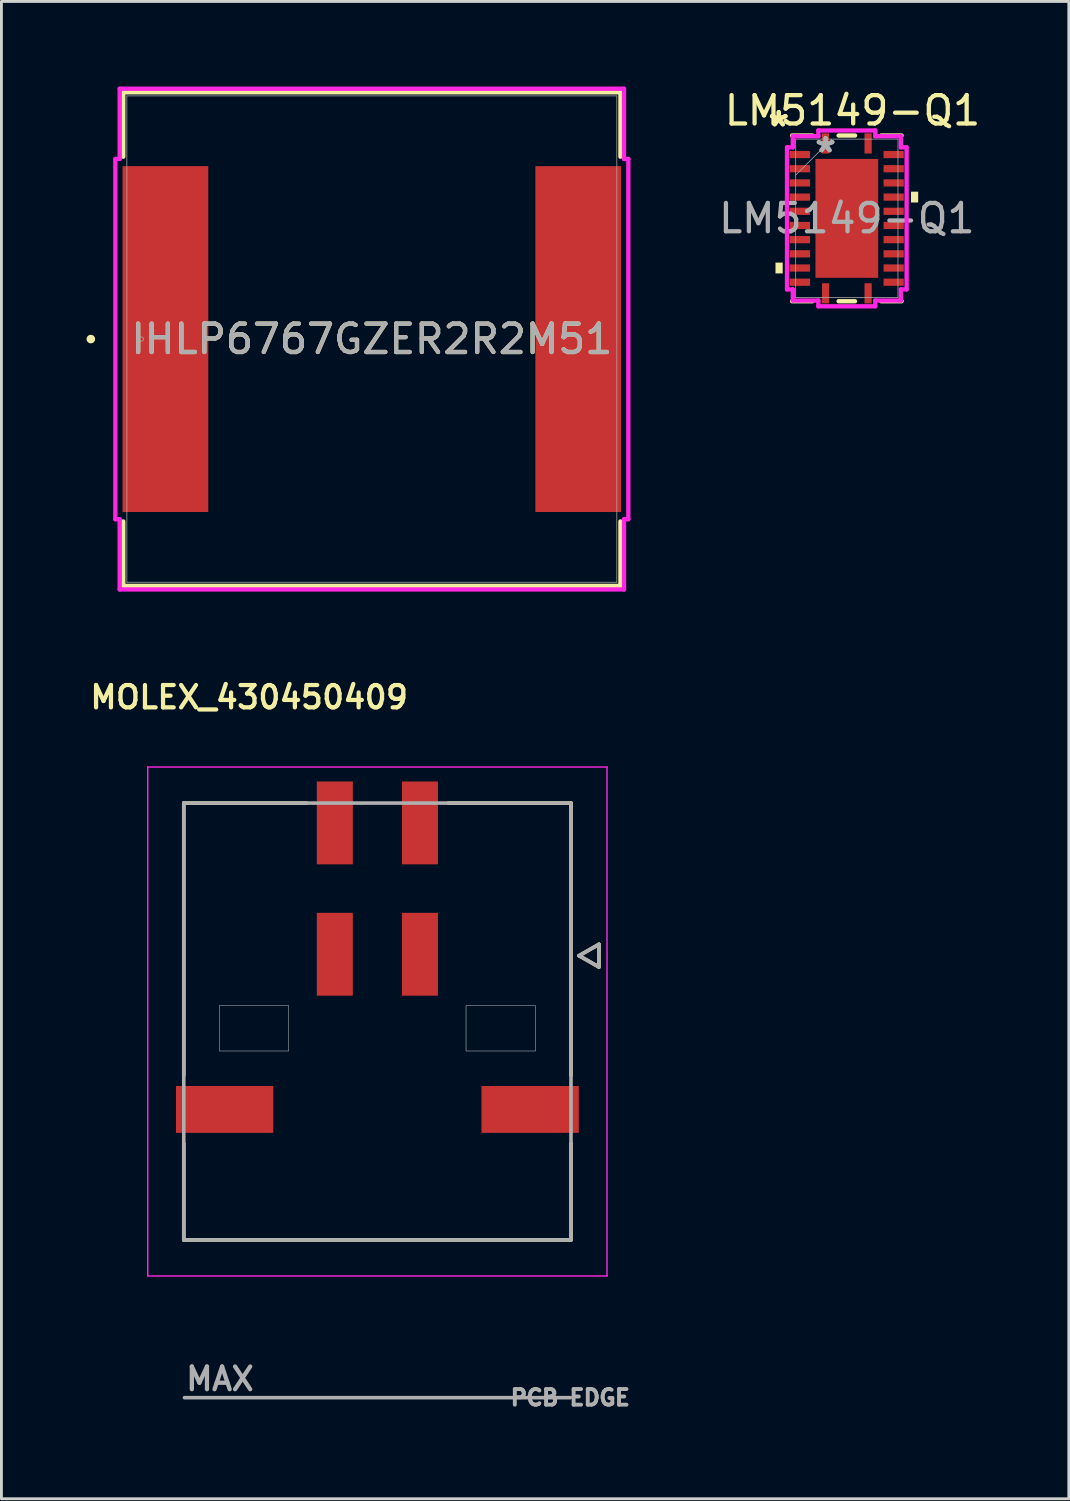
<source format=kicad_pcb>
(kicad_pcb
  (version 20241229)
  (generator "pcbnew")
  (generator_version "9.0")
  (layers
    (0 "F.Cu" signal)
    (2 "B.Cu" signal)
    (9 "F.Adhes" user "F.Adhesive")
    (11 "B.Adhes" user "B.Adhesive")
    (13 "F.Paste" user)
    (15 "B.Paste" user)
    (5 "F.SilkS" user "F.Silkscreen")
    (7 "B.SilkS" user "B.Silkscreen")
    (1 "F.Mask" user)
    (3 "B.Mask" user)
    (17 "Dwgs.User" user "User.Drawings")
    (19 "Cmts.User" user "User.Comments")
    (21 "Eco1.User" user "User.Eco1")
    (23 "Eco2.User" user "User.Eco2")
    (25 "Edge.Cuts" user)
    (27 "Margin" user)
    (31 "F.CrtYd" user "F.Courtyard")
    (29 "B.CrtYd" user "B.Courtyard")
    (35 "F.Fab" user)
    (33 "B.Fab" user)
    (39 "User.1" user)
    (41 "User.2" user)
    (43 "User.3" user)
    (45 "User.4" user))
  (footprint "MOLEX_430450409"
    (layer "F.Cu")
    (at 10.253 32.959)
    (property "Reference" "MOLEX_430450409" (at -4.52 -11.43 0) (layer "F.SilkS") (effects (font (size 0.787 0.787) (thickness 0.15))))
    (attr smd)
    (fp_poly (pts (xy -7.176 2.199) (xy -3.594 2.199) (xy -3.594 4.001) (xy -7.176 4.001)) (stroke (width 0.01) (type solid)) (fill yes) (layer "F.Mask"))
    (fp_poly (pts (xy -2.211 -8.536) (xy -0.789 -8.536) (xy -0.789 -5.464) (xy -2.211 -5.464)) (stroke (width 0.01) (type solid)) (fill yes) (layer "F.Mask"))
    (fp_poly (pts (xy -2.211 -3.906) (xy -0.789 -3.906) (xy -0.789 -0.834) (xy -2.211 -0.834)) (stroke (width 0.01) (type solid)) (fill yes) (layer "F.Mask"))
    (fp_poly (pts (xy 0.789 -8.536) (xy 2.211 -8.536) (xy 2.211 -5.464) (xy 0.789 -5.464)) (stroke (width 0.01) (type solid)) (fill yes) (layer "F.Mask"))
    (fp_poly (pts (xy 0.789 -3.906) (xy 2.211 -3.906) (xy 2.211 -0.834) (xy 0.789 -0.834)) (stroke (width 0.01) (type solid)) (fill yes) (layer "F.Mask"))
    (fp_poly (pts (xy 3.594 2.199) (xy 7.176 2.199) (xy 7.176 4.001) (xy 3.594 4.001)) (stroke (width 0.01) (type solid)) (fill yes) (layer "F.Mask"))
    (fp_line (start -6.825 -7.7) (end -6.825 1.9) (stroke (width 0.127) (type solid)) (layer "F.SilkS"))
    (fp_line (start -6.825 4.3) (end -6.825 7.7) (stroke (width 0.127) (type solid)) (layer "F.SilkS"))
    (fp_line (start -6.825 7.7) (end 6.825 7.7) (stroke (width 0.127) (type solid)) (layer "F.SilkS"))
    (fp_line (start -2.5 -7.7) (end -6.825 -7.7) (stroke (width 0.127) (type solid)) (layer "F.SilkS"))
    (fp_line (start 6.825 -7.7) (end 2.5 -7.7) (stroke (width 0.127) (type solid)) (layer "F.SilkS"))
    (fp_line (start 6.825 1.9) (end 6.825 -7.7) (stroke (width 0.127) (type solid)) (layer "F.SilkS"))
    (fp_line (start 6.825 7.7) (end 6.825 4.3) (stroke (width 0.127) (type solid)) (layer "F.SilkS"))
    (fp_line (start 7.11 -2.32) (end 7.81 -1.92) (stroke (width 0.127) (type solid)) (layer "F.SilkS"))
    (fp_line (start 7.81 -2.72) (end 7.11 -2.32) (stroke (width 0.127) (type solid)) (layer "F.SilkS"))
    (fp_line (start 7.81 -1.92) (end 7.81 -2.72) (stroke (width 0.127) (type solid)) (layer "F.SilkS"))
    (fp_poly (pts (xy -5.575 -0.56) (xy -3.125 -0.56) (xy -3.125 1.04) (xy -5.575 1.04)) (stroke (width 0.01) (type solid)) (fill no) (layer "Dwgs.User"))
    (fp_poly (pts (xy -5.575 -0.56) (xy -3.125 -0.56) (xy -3.125 1.04) (xy -5.575 1.04)) (stroke (width 0.01) (type solid)) (fill no) (layer "Dwgs.User"))
    (fp_poly (pts (xy 3.125 -0.56) (xy 5.575 -0.56) (xy 5.575 1.04) (xy 3.125 1.04)) (stroke (width 0.01) (type solid)) (fill no) (layer "Dwgs.User"))
    (fp_poly (pts (xy 3.125 -0.56) (xy 5.575 -0.56) (xy 5.575 1.04) (xy 3.125 1.04)) (stroke (width 0.01) (type solid)) (fill no) (layer "Dwgs.User"))
    (fp_line (start -8.095 -8.97) (end -8.095 8.97) (stroke (width 0.05) (type solid)) (layer "F.CrtYd"))
    (fp_line (start -8.095 8.97) (end 8.095 8.97) (stroke (width 0.05) (type solid)) (layer "F.CrtYd"))
    (fp_line (start 8.095 -8.97) (end -8.095 -8.97) (stroke (width 0.05) (type solid)) (layer "F.CrtYd"))
    (fp_line (start 8.095 8.97) (end 8.095 -8.97) (stroke (width 0.05) (type solid)) (layer "F.CrtYd"))
    (fp_line (start -6.825 -7.7) (end 6.825 -7.7) (stroke (width 0.127) (type solid)) (layer "F.Fab"))
    (fp_line (start -6.825 7.7) (end -6.825 -7.7) (stroke (width 0.127) (type solid)) (layer "F.Fab"))
    (fp_line (start -6.8 13.26) (end 6.8 13.26) (stroke (width 0.127) (type solid)) (layer "F.Fab"))
    (fp_line (start 6.825 -7.7) (end 6.825 7.7) (stroke (width 0.127) (type solid)) (layer "F.Fab"))
    (fp_line (start 6.825 7.7) (end -6.825 7.7) (stroke (width 0.127) (type solid)) (layer "F.Fab"))
    (fp_line (start 7.11 -2.32) (end 7.81 -1.92) (stroke (width 0.127) (type solid)) (layer "F.Fab"))
    (fp_line (start 7.81 -2.72) (end 7.11 -2.32) (stroke (width 0.127) (type solid)) (layer "F.Fab"))
    (fp_line (start 7.81 -1.92) (end 7.81 -2.72) (stroke (width 0.127) (type solid)) (layer "F.Fab"))
    (fp_text user "PCB EDGE" (at 6.8 13.26 0) (layer "F.Fab") (effects (font (size 0.551 0.551) (thickness 0.15))))
    (fp_text user "MAX" (at -5.55 12.6 0) (layer "F.Fab") (effects (font (size 0.8 0.8) (thickness 0.15))))
    (pad "1" smd rect (at 1.5 -2.37) (size 1.27 2.92) (layers "F.Cu" "F.Paste"))
    (pad "2" smd rect (at -1.5 -2.37) (size 1.27 2.92) (layers "F.Cu" "F.Paste"))
    (pad "3" smd rect (at 1.5 -7) (size 1.27 2.92) (layers "F.Cu" "F.Paste"))
    (pad "4" smd rect (at -1.5 -7) (size 1.27 2.92) (layers "F.Cu" "F.Paste"))
    (pad "S1" smd rect (at 5.385 3.1) (size 3.43 1.65) (layers "F.Cu" "F.Paste"))
    (pad "S2" smd rect (at -5.385 3.1) (size 3.43 1.65) (layers "F.Cu" "F.Paste")))
  (footprint "IHLP6767GZER2R2M51"
    (layer "F.Cu")
    (at 10.058 8.903)
    (property "Reference" "IHLP6767GZER2R2M51" (at 0 0 0) (unlocked yes) (layer "F.SilkS") (effects (font (size 1 1) (thickness 0.15))))
    (attr smd)
    (fp_line (start -8.763 -8.7) (end -8.763 -6.429) (stroke (width 0.152) (type solid)) (layer "F.SilkS"))
    (fp_line (start -8.763 6.429) (end -8.763 8.7) (stroke (width 0.152) (type solid)) (layer "F.SilkS"))
    (fp_line (start -8.763 8.7) (end 8.763 8.7) (stroke (width 0.152) (type solid)) (layer "F.SilkS"))
    (fp_line (start 8.763 -8.7) (end -8.763 -8.7) (stroke (width 0.152) (type solid)) (layer "F.SilkS"))
    (fp_line (start 8.763 -6.429) (end 8.763 -8.7) (stroke (width 0.152) (type solid)) (layer "F.SilkS"))
    (fp_line (start 8.763 8.7) (end 8.763 6.429) (stroke (width 0.152) (type solid)) (layer "F.SilkS"))
    (fp_circle (center -9.906 0) (end -9.83 0) (stroke (width 0.152) (type solid)) (fill no) (layer "F.SilkS"))
    (fp_line (start -9.042 -6.35) (end -8.89 -6.35) (stroke (width 0.152) (type solid)) (layer "F.CrtYd"))
    (fp_line (start -9.042 6.35) (end -9.042 -6.35) (stroke (width 0.152) (type solid)) (layer "F.CrtYd"))
    (fp_line (start -8.89 -8.826) (end 8.89 -8.826) (stroke (width 0.152) (type solid)) (layer "F.CrtYd"))
    (fp_line (start -8.89 -6.35) (end -8.89 -8.826) (stroke (width 0.152) (type solid)) (layer "F.CrtYd"))
    (fp_line (start -8.89 6.35) (end -9.042 6.35) (stroke (width 0.152) (type solid)) (layer "F.CrtYd"))
    (fp_line (start -8.89 8.826) (end -8.89 6.35) (stroke (width 0.152) (type solid)) (layer "F.CrtYd"))
    (fp_line (start 8.89 -8.826) (end 8.89 -6.35) (stroke (width 0.152) (type solid)) (layer "F.CrtYd"))
    (fp_line (start 8.89 -6.35) (end 9.042 -6.35) (stroke (width 0.152) (type solid)) (layer "F.CrtYd"))
    (fp_line (start 8.89 6.35) (end 8.89 8.826) (stroke (width 0.152) (type solid)) (layer "F.CrtYd"))
    (fp_line (start 8.89 8.826) (end -8.89 8.826) (stroke (width 0.152) (type solid)) (layer "F.CrtYd"))
    (fp_line (start 9.042 -6.35) (end 9.042 6.35) (stroke (width 0.152) (type solid)) (layer "F.CrtYd"))
    (fp_line (start 9.042 6.35) (end 8.89 6.35) (stroke (width 0.152) (type solid)) (layer "F.CrtYd"))
    (fp_line (start -8.636 -8.572) (end -8.636 8.572) (stroke (width 0.025) (type solid)) (layer "F.Fab"))
    (fp_line (start -8.636 8.572) (end 8.636 8.572) (stroke (width 0.025) (type solid)) (layer "F.Fab"))
    (fp_line (start 8.636 -8.572) (end -8.636 -8.572) (stroke (width 0.025) (type solid)) (layer "F.Fab"))
    (fp_line (start 8.636 8.572) (end 8.636 -8.572) (stroke (width 0.025) (type solid)) (layer "F.Fab"))
    (fp_circle (center -8.128 0) (end -8.052 0) (stroke (width 0.025) (type solid)) (fill no) (layer "F.Fab"))
    (fp_text user "${REFERENCE}" (at 0 0 0) (unlocked yes) (layer "F.Fab") (effects (font (size 1 1) (thickness 0.15))))
    (pad "1" smd rect (at -7.277 0 90) (size 12.192 3.023) (layers "F.Cu" "F.Mask" "F.Paste"))
    (pad "2" smd rect (at 7.277 0 90) (size 12.192 3.023) (layers "F.Cu" "F.Mask" "F.Paste"))
    (zone (net_name "") (layer "F.Cu") (hatch full 0.508) (connect_pads) (min_thickness 0.254) (filled_areas_thickness no) (keepout (tracks not_allowed) (vias not_allowed) (pads allowed) (copperpour not_allowed) (footprints allowed)) (placement (enabled no)) (fill) (polygon (pts (xy 1.473 0.381) (xy 18.644 0.381) (xy 18.644 2.756) (xy 1.473 2.756))))
    (zone (net_name "") (layer "F.Cu") (hatch full 0.508) (connect_pads) (min_thickness 0.254) (filled_areas_thickness no) (keepout (tracks not_allowed) (vias not_allowed) (pads allowed) (copperpour not_allowed) (footprints allowed)) (placement (enabled no)) (fill) (polygon (pts (xy 1.473 15.05) (xy 18.644 15.05) (xy 18.644 17.424) (xy 1.473 17.424))))
    (zone (net_name "") (layer "F.Cu") (hatch full 0.508) (connect_pads) (min_thickness 0.254) (filled_areas_thickness no) (keepout (tracks not_allowed) (vias not_allowed) (pads allowed) (copperpour not_allowed) (footprints allowed)) (placement (enabled no)) (fill) (polygon (pts (xy 4.343 2.756) (xy 15.773 2.756) (xy 15.773 15.05) (xy 4.343 15.05)))))
  (footprint "LM5149-Q1"
    (layer "F.Cu")
    (at 26.802 4.648)
    (property "Reference" "LM5149-Q1" (at 0.2 -3.8 0) (unlocked yes) (layer "F.SilkS") (effects (font (size 1 1) (thickness 0.15))))
    (attr smd)
    (fp_line (start -1.93 2.921) (end -1.21 2.921) (stroke (width 0.152) (type solid)) (layer "F.SilkS"))
    (fp_line (start -1.21 -2.921) (end -1.93 -2.921) (stroke (width 0.152) (type solid)) (layer "F.SilkS"))
    (fp_line (start -0.29 2.921) (end 0.29 2.921) (stroke (width 0.152) (type solid)) (layer "F.SilkS"))
    (fp_line (start 0.29 -2.921) (end -0.29 -2.921) (stroke (width 0.152) (type solid)) (layer "F.SilkS"))
    (fp_line (start 1.21 2.921) (end 1.93 2.921) (stroke (width 0.152) (type solid)) (layer "F.SilkS"))
    (fp_line (start 1.93 -2.921) (end 1.21 -2.921) (stroke (width 0.152) (type solid)) (layer "F.SilkS"))
    (fp_poly (pts (xy -2.515 1.559) (xy -2.515 1.94) (xy -2.261 1.94) (xy -2.261 1.559)) (stroke (width 0) (type solid)) (fill yes) (layer "F.SilkS"))
    (fp_poly (pts (xy 2.515 -0.941) (xy 2.515 -0.56) (xy 2.261 -0.56) (xy 2.261 -0.941)) (stroke (width 0) (type solid)) (fill yes) (layer "F.SilkS"))
    (fp_poly (pts (xy -1.005 -1.996) (xy -1.005 -0.798) (xy 1.005 -0.798) (xy 1.005 -1.996)) (stroke (width 0) (type solid)) (fill yes) (layer "F.Paste"))
    (fp_poly (pts (xy -1.005 -0.599) (xy -1.005 0.599) (xy 1.005 0.599) (xy 1.005 -0.599)) (stroke (width 0) (type solid)) (fill yes) (layer "F.Paste"))
    (fp_poly (pts (xy -1.005 0.798) (xy -1.005 1.996) (xy 1.005 1.996) (xy 1.005 0.798)) (stroke (width 0) (type solid)) (fill yes) (layer "F.Paste"))
    (fp_line (start -2.108 -2.504) (end -1.905 -2.504) (stroke (width 0.152) (type solid)) (layer "F.CrtYd"))
    (fp_line (start -2.108 2.504) (end -2.108 -2.504) (stroke (width 0.152) (type solid)) (layer "F.CrtYd"))
    (fp_line (start -1.905 -2.896) (end -1.004 -2.896) (stroke (width 0.152) (type solid)) (layer "F.CrtYd"))
    (fp_line (start -1.905 -2.504) (end -1.905 -2.896) (stroke (width 0.152) (type solid)) (layer "F.CrtYd"))
    (fp_line (start -1.905 2.504) (end -2.108 2.504) (stroke (width 0.152) (type solid)) (layer "F.CrtYd"))
    (fp_line (start -1.905 2.896) (end -1.905 2.504) (stroke (width 0.152) (type solid)) (layer "F.CrtYd"))
    (fp_line (start -1.905 2.896) (end -1.004 2.896) (stroke (width 0.152) (type solid)) (layer "F.CrtYd"))
    (fp_line (start -1.004 -3.099) (end 1.004 -3.099) (stroke (width 0.152) (type solid)) (layer "F.CrtYd"))
    (fp_line (start -1.004 -2.896) (end -1.004 -3.099) (stroke (width 0.152) (type solid)) (layer "F.CrtYd"))
    (fp_line (start -1.004 2.896) (end -1.004 3.099) (stroke (width 0.152) (type solid)) (layer "F.CrtYd"))
    (fp_line (start -1.004 3.099) (end 1.004 3.099) (stroke (width 0.152) (type solid)) (layer "F.CrtYd"))
    (fp_line (start 1.004 -3.099) (end 1.004 -2.896) (stroke (width 0.152) (type solid)) (layer "F.CrtYd"))
    (fp_line (start 1.004 -2.896) (end 1.905 -2.896) (stroke (width 0.152) (type solid)) (layer "F.CrtYd"))
    (fp_line (start 1.004 2.896) (end 1.905 2.896) (stroke (width 0.152) (type solid)) (layer "F.CrtYd"))
    (fp_line (start 1.004 3.099) (end 1.004 2.896) (stroke (width 0.152) (type solid)) (layer "F.CrtYd"))
    (fp_line (start 1.905 -2.504) (end 1.905 -2.896) (stroke (width 0.152) (type solid)) (layer "F.CrtYd"))
    (fp_line (start 1.905 2.504) (end 2.108 2.504) (stroke (width 0.152) (type solid)) (layer "F.CrtYd"))
    (fp_line (start 1.905 2.896) (end 1.905 2.504) (stroke (width 0.152) (type solid)) (layer "F.CrtYd"))
    (fp_line (start 2.108 -2.504) (end 1.905 -2.504) (stroke (width 0.152) (type solid)) (layer "F.CrtYd"))
    (fp_line (start 2.108 2.504) (end 2.108 -2.504) (stroke (width 0.152) (type solid)) (layer "F.CrtYd"))
    (fp_line (start -1.803 -2.794) (end -1.803 2.794) (stroke (width 0.025) (type solid)) (layer "F.Fab"))
    (fp_line (start -1.803 -1.524) (end -0.533 -2.794) (stroke (width 0.025) (type solid)) (layer "F.Fab"))
    (fp_line (start -1.803 2.794) (end 1.803 2.794) (stroke (width 0.025) (type solid)) (layer "F.Fab"))
    (fp_line (start 1.803 -2.794) (end -1.803 -2.794) (stroke (width 0.025) (type solid)) (layer "F.Fab"))
    (fp_line (start 1.803 2.794) (end 1.803 -2.794) (stroke (width 0.025) (type solid)) (layer "F.Fab"))
    (fp_text user "*" (at -2.4 -3.2 0) (layer "F.SilkS") (effects (font (size 1 1) (thickness 0.15))))
    (fp_text user "*" (at -2.4 -3.2 0) (unlocked yes) (layer "F.SilkS") (effects (font (size 1 1) (thickness 0.15))))
    (fp_text user "*" (at -0.75 -2.286 0) (layer "F.Fab") (effects (font (size 1 1) (thickness 0.15))))
    (fp_text user "*" (at -0.75 -2.286 0) (unlocked yes) (layer "F.Fab") (effects (font (size 1 1) (thickness 0.15))))
    (fp_text user "${REFERENCE}" (at 0 0 0) (unlocked yes) (layer "F.Fab") (effects (font (size 1 1) (thickness 0.15))))
    (pad "1" smd rect (at -0.75 -2.642) (size 0.254 0.711) (layers "F.Cu" "F.Mask" "F.Paste"))
    (pad "2" smd rect (at -1.651 -2.25 90) (size 0.254 0.711) (layers "F.Cu" "F.Mask" "F.Paste"))
    (pad "3" smd rect (at -1.651 -1.75 90) (size 0.254 0.711) (layers "F.Cu" "F.Mask" "F.Paste"))
    (pad "4" smd rect (at -1.651 -1.25 90) (size 0.254 0.711) (layers "F.Cu" "F.Mask" "F.Paste"))
    (pad "5" smd rect (at -1.651 -0.75 90) (size 0.254 0.711) (layers "F.Cu" "F.Mask" "F.Paste"))
    (pad "6" smd rect (at -1.651 -0.25 90) (size 0.254 0.711) (layers "F.Cu" "F.Mask" "F.Paste"))
    (pad "7" smd rect (at -1.651 0.25 90) (size 0.254 0.711) (layers "F.Cu" "F.Mask" "F.Paste"))
    (pad "8" smd rect (at -1.651 0.75 90) (size 0.254 0.711) (layers "F.Cu" "F.Mask" "F.Paste"))
    (pad "9" smd rect (at -1.651 1.25 90) (size 0.254 0.711) (layers "F.Cu" "F.Mask" "F.Paste"))
    (pad "10" smd rect (at -1.651 1.75 90) (size 0.254 0.711) (layers "F.Cu" "F.Mask" "F.Paste"))
    (pad "11" smd rect (at -1.651 2.25 90) (size 0.254 0.711) (layers "F.Cu" "F.Mask" "F.Paste"))
    (pad "12" smd rect (at -0.75 2.642) (size 0.254 0.711) (layers "F.Cu" "F.Mask" "F.Paste"))
    (pad "13" smd rect (at 0.75 2.642) (size 0.254 0.711) (layers "F.Cu" "F.Mask" "F.Paste"))
    (pad "14" smd rect (at 1.651 2.25 90) (size 0.254 0.711) (layers "F.Cu" "F.Mask" "F.Paste"))
    (pad "15" smd rect (at 1.651 1.75 90) (size 0.254 0.711) (layers "F.Cu" "F.Mask" "F.Paste"))
    (pad "16" smd rect (at 1.651 1.25 90) (size 0.254 0.711) (layers "F.Cu" "F.Mask" "F.Paste"))
    (pad "17" smd rect (at 1.651 0.75 90) (size 0.254 0.711) (layers "F.Cu" "F.Mask" "F.Paste"))
    (pad "18" smd rect (at 1.651 0.25 90) (size 0.254 0.711) (layers "F.Cu" "F.Mask" "F.Paste"))
    (pad "19" smd rect (at 1.651 -0.25 90) (size 0.254 0.711) (layers "F.Cu" "F.Mask" "F.Paste"))
    (pad "20" smd rect (at 1.651 -0.75 90) (size 0.254 0.711) (layers "F.Cu" "F.Mask" "F.Paste"))
    (pad "21" smd rect (at 1.651 -1.25 90) (size 0.254 0.711) (layers "F.Cu" "F.Mask" "F.Paste"))
    (pad "22" smd rect (at 1.651 -1.75 90) (size 0.254 0.711) (layers "F.Cu" "F.Mask" "F.Paste"))
    (pad "23" smd rect (at 1.651 -2.25 90) (size 0.254 0.711) (layers "F.Cu" "F.Mask" "F.Paste"))
    (pad "24" smd rect (at 0.75 -2.642) (size 0.254 0.711) (layers "F.Cu" "F.Mask" "F.Paste"))
    (pad "25" smd rect (at 0 0) (size 2.21 4.191) (layers "F.Cu" "F.Mask" "F.Paste")))
  (gr_rect
    (start -3 -3)
    (end 34.627 49.784)
    (stroke (width 0.1) (type default))
    (fill no)
    (layer "Edge.Cuts")))
</source>
